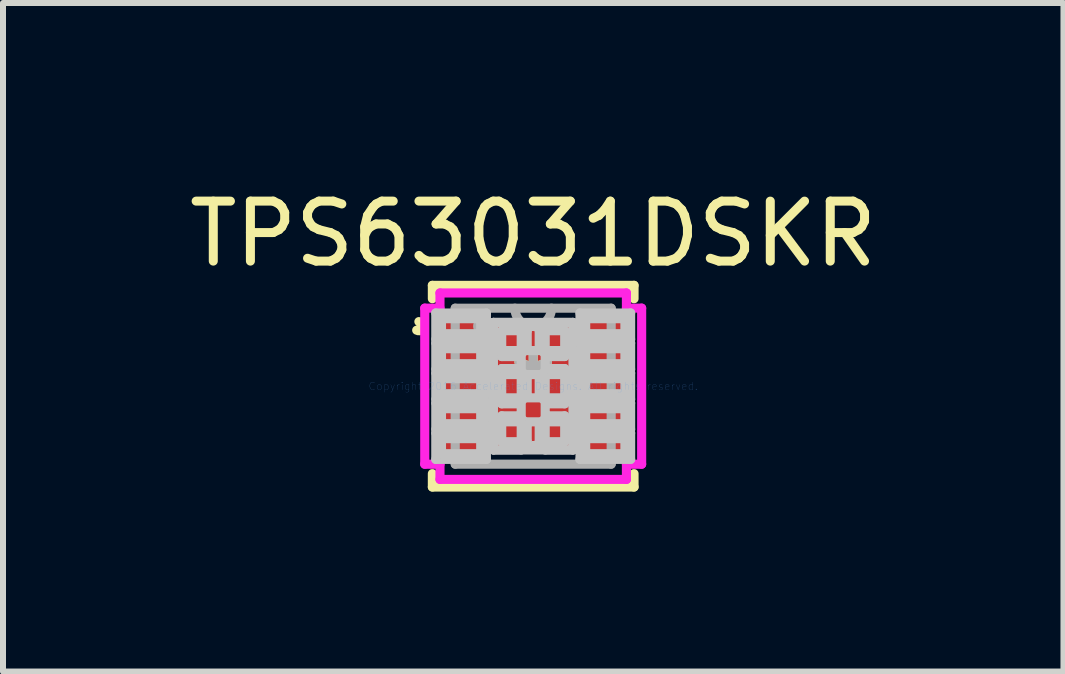
<source format=kicad_pcb>
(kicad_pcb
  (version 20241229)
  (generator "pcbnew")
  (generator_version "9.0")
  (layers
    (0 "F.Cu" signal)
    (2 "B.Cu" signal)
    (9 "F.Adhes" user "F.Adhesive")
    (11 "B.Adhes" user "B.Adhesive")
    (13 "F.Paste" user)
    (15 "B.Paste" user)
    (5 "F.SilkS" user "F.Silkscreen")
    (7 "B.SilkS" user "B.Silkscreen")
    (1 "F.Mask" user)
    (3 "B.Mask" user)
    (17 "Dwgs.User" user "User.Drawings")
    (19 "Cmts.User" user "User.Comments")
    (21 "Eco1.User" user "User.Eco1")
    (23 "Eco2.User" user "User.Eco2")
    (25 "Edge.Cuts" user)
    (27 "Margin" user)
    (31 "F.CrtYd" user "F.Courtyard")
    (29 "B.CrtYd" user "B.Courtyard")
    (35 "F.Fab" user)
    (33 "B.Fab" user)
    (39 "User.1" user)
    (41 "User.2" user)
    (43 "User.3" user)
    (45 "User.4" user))
  (footprint "TPS63031DSKR"
    (layer "F.Cu")
    (at 5.839 3.388)
    (property "Reference" "TPS63031DSKR" (at 0 -2.54 0) (layer "F.SilkS") (effects (font (size 1 1) (thickness 0.15))))
    (attr through_hole)
    (fp_line (start -1.681 -1.681) (end -1.681 -1.458) (stroke (width 0.152) (type solid)) (layer "F.SilkS"))
    (fp_line (start -1.681 1.458) (end -1.681 1.681) (stroke (width 0.152) (type solid)) (layer "F.SilkS"))
    (fp_line (start -1.681 1.681) (end 1.681 1.681) (stroke (width 0.152) (type solid)) (layer "F.SilkS"))
    (fp_line (start 1.681 -1.681) (end -1.681 -1.681) (stroke (width 0.152) (type solid)) (layer "F.SilkS"))
    (fp_line (start 1.681 -1.458) (end 1.681 -1.681) (stroke (width 0.152) (type solid)) (layer "F.SilkS"))
    (fp_line (start 1.681 1.681) (end 1.681 1.458) (stroke (width 0.152) (type solid)) (layer "F.SilkS"))
    (fp_arc (start -1.905572 -1.0762) (mid -1.831743 -0.98114) (end -1.942118 -0.933136) (stroke (width 0.1524) (type solid)) (layer "F.SilkS"))
    (fp_line (start -1.624 -1.22) (end -1.624 -0.78) (stroke (width 0.152) (type solid)) (layer "Dwgs.User"))
    (fp_line (start -1.624 -0.78) (end -0.78 -0.78) (stroke (width 0.152) (type solid)) (layer "Dwgs.User"))
    (fp_line (start -1.624 -0.72) (end -1.624 -0.28) (stroke (width 0.152) (type solid)) (layer "Dwgs.User"))
    (fp_line (start -1.624 -0.28) (end -0.78 -0.28) (stroke (width 0.152) (type solid)) (layer "Dwgs.User"))
    (fp_line (start -1.624 -0.22) (end -1.624 0.22) (stroke (width 0.152) (type solid)) (layer "Dwgs.User"))
    (fp_line (start -1.624 0.22) (end -0.78 0.22) (stroke (width 0.152) (type solid)) (layer "Dwgs.User"))
    (fp_line (start -1.624 0.28) (end -1.624 0.72) (stroke (width 0.152) (type solid)) (layer "Dwgs.User"))
    (fp_line (start -1.624 0.72) (end -0.78 0.72) (stroke (width 0.152) (type solid)) (layer "Dwgs.User"))
    (fp_line (start -1.624 0.78) (end -1.624 1.22) (stroke (width 0.152) (type solid)) (layer "Dwgs.User"))
    (fp_line (start -1.624 1.22) (end -0.78 1.22) (stroke (width 0.152) (type solid)) (layer "Dwgs.User"))
    (fp_line (start -1.529 -1.125) (end -1.529 -0.875) (stroke (width 0.152) (type solid)) (layer "Dwgs.User"))
    (fp_line (start -1.529 -0.875) (end -0.875 -0.875) (stroke (width 0.152) (type solid)) (layer "Dwgs.User"))
    (fp_line (start -1.529 -0.625) (end -1.529 -0.375) (stroke (width 0.152) (type solid)) (layer "Dwgs.User"))
    (fp_line (start -1.529 -0.375) (end -0.875 -0.375) (stroke (width 0.152) (type solid)) (layer "Dwgs.User"))
    (fp_line (start -1.529 -0.125) (end -1.529 0.125) (stroke (width 0.152) (type solid)) (layer "Dwgs.User"))
    (fp_line (start -1.529 0.125) (end -0.875 0.125) (stroke (width 0.152) (type solid)) (layer "Dwgs.User"))
    (fp_line (start -1.529 0.375) (end -1.529 0.625) (stroke (width 0.152) (type solid)) (layer "Dwgs.User"))
    (fp_line (start -1.529 0.625) (end -0.875 0.625) (stroke (width 0.152) (type solid)) (layer "Dwgs.User"))
    (fp_line (start -1.529 0.875) (end -1.529 1.125) (stroke (width 0.152) (type solid)) (layer "Dwgs.User"))
    (fp_line (start -1.529 1.125) (end -0.875 1.125) (stroke (width 0.152) (type solid)) (layer "Dwgs.User"))
    (fp_line (start -0.875 -1.125) (end -1.529 -1.125) (stroke (width 0.152) (type solid)) (layer "Dwgs.User"))
    (fp_line (start -0.875 -0.875) (end -0.875 -1.125) (stroke (width 0.152) (type solid)) (layer "Dwgs.User"))
    (fp_line (start -0.875 -0.625) (end -1.529 -0.625) (stroke (width 0.152) (type solid)) (layer "Dwgs.User"))
    (fp_line (start -0.875 -0.375) (end -0.875 -0.625) (stroke (width 0.152) (type solid)) (layer "Dwgs.User"))
    (fp_line (start -0.875 -0.125) (end -1.529 -0.125) (stroke (width 0.152) (type solid)) (layer "Dwgs.User"))
    (fp_line (start -0.875 0.125) (end -0.875 -0.125) (stroke (width 0.152) (type solid)) (layer "Dwgs.User"))
    (fp_line (start -0.875 0.375) (end -1.529 0.375) (stroke (width 0.152) (type solid)) (layer "Dwgs.User"))
    (fp_line (start -0.875 0.625) (end -0.875 0.375) (stroke (width 0.152) (type solid)) (layer "Dwgs.User"))
    (fp_line (start -0.875 0.875) (end -1.529 0.875) (stroke (width 0.152) (type solid)) (layer "Dwgs.User"))
    (fp_line (start -0.875 1.125) (end -0.875 0.875) (stroke (width 0.152) (type solid)) (layer "Dwgs.User"))
    (fp_line (start -0.78 -1.22) (end -1.624 -1.22) (stroke (width 0.152) (type solid)) (layer "Dwgs.User"))
    (fp_line (start -0.78 -0.78) (end -0.78 -1.22) (stroke (width 0.152) (type solid)) (layer "Dwgs.User"))
    (fp_line (start -0.78 -0.72) (end -1.624 -0.72) (stroke (width 0.152) (type solid)) (layer "Dwgs.User"))
    (fp_line (start -0.78 -0.28) (end -0.78 -0.72) (stroke (width 0.152) (type solid)) (layer "Dwgs.User"))
    (fp_line (start -0.78 -0.22) (end -1.624 -0.22) (stroke (width 0.152) (type solid)) (layer "Dwgs.User"))
    (fp_line (start -0.78 0.22) (end -0.78 -0.22) (stroke (width 0.152) (type solid)) (layer "Dwgs.User"))
    (fp_line (start -0.78 0.28) (end -1.624 0.28) (stroke (width 0.152) (type solid)) (layer "Dwgs.User"))
    (fp_line (start -0.78 0.72) (end -0.78 0.28) (stroke (width 0.152) (type solid)) (layer "Dwgs.User"))
    (fp_line (start -0.78 0.78) (end -1.624 0.78) (stroke (width 0.152) (type solid)) (layer "Dwgs.User"))
    (fp_line (start -0.78 1.22) (end -0.78 0.78) (stroke (width 0.152) (type solid)) (layer "Dwgs.User"))
    (fp_line (start -0.663 -1.063) (end -0.2 -1.063) (stroke (width 0.152) (type solid)) (layer "Dwgs.User"))
    (fp_line (start -0.663 -1.063) (end 0.663 -1.063) (stroke (width 0.152) (type solid)) (layer "Dwgs.User"))
    (fp_line (start -0.663 -0.594) (end -0.663 -1.063) (stroke (width 0.152) (type solid)) (layer "Dwgs.User"))
    (fp_line (start -0.663 -0.194) (end 0.663 -0.194) (stroke (width 0.152) (type solid)) (layer "Dwgs.User"))
    (fp_line (start -0.663 0.194) (end -0.663 -0.194) (stroke (width 0.152) (type solid)) (layer "Dwgs.User"))
    (fp_line (start -0.663 0.594) (end 0.663 0.594) (stroke (width 0.152) (type solid)) (layer "Dwgs.User"))
    (fp_line (start -0.663 1.063) (end -0.663 -1.063) (stroke (width 0.152) (type solid)) (layer "Dwgs.User"))
    (fp_line (start -0.663 1.063) (end -0.663 0.594) (stroke (width 0.152) (type solid)) (layer "Dwgs.User"))
    (fp_line (start -0.525 -0.925) (end -0.525 -0.494) (stroke (width 0.152) (type solid)) (layer "Dwgs.User"))
    (fp_line (start -0.525 -0.494) (end -0.241 -0.494) (stroke (width 0.152) (type solid)) (layer "Dwgs.User"))
    (fp_line (start -0.525 -0.294) (end -0.525 0.294) (stroke (width 0.152) (type solid)) (layer "Dwgs.User"))
    (fp_line (start -0.525 0.294) (end -0.241 0.294) (stroke (width 0.152) (type solid)) (layer "Dwgs.User"))
    (fp_line (start -0.525 0.494) (end -0.525 0.925) (stroke (width 0.152) (type solid)) (layer "Dwgs.User"))
    (fp_line (start -0.525 0.925) (end -0.1 0.925) (stroke (width 0.152) (type solid)) (layer "Dwgs.User"))
    (fp_line (start -0.241 -0.494) (end -0.241 -0.494) (stroke (width 0.152) (type solid)) (layer "Dwgs.User"))
    (fp_line (start -0.241 -0.494) (end -0.1 -0.635) (stroke (width 0.152) (type solid)) (layer "Dwgs.User"))
    (fp_line (start -0.241 -0.294) (end -0.525 -0.294) (stroke (width 0.152) (type solid)) (layer "Dwgs.User"))
    (fp_line (start -0.241 -0.294) (end -0.241 -0.294) (stroke (width 0.152) (type solid)) (layer "Dwgs.User"))
    (fp_line (start -0.241 0.294) (end -0.241 0.294) (stroke (width 0.152) (type solid)) (layer "Dwgs.User"))
    (fp_line (start -0.241 0.294) (end -0.1 0.152) (stroke (width 0.152) (type solid)) (layer "Dwgs.User"))
    (fp_line (start -0.241 0.494) (end -0.525 0.494) (stroke (width 0.152) (type solid)) (layer "Dwgs.User"))
    (fp_line (start -0.241 0.494) (end -0.241 0.494) (stroke (width 0.152) (type solid)) (layer "Dwgs.User"))
    (fp_line (start -0.2 -1.063) (end -0.2 1.063) (stroke (width 0.152) (type solid)) (layer "Dwgs.User"))
    (fp_line (start -0.2 1.063) (end -0.663 1.063) (stroke (width 0.152) (type solid)) (layer "Dwgs.User"))
    (fp_line (start -0.1 -0.925) (end -0.525 -0.925) (stroke (width 0.152) (type solid)) (layer "Dwgs.User"))
    (fp_line (start -0.1 -0.635) (end -0.1 -0.925) (stroke (width 0.152) (type solid)) (layer "Dwgs.User"))
    (fp_line (start -0.1 -0.635) (end -0.1 -0.635) (stroke (width 0.152) (type solid)) (layer "Dwgs.User"))
    (fp_line (start -0.1 -0.152) (end -0.241 -0.294) (stroke (width 0.152) (type solid)) (layer "Dwgs.User"))
    (fp_line (start -0.1 -0.152) (end -0.1 -0.152) (stroke (width 0.152) (type solid)) (layer "Dwgs.User"))
    (fp_line (start -0.1 0.152) (end -0.1 -0.152) (stroke (width 0.152) (type solid)) (layer "Dwgs.User"))
    (fp_line (start -0.1 0.152) (end -0.1 0.152) (stroke (width 0.152) (type solid)) (layer "Dwgs.User"))
    (fp_line (start -0.1 0.635) (end -0.241 0.494) (stroke (width 0.152) (type solid)) (layer "Dwgs.User"))
    (fp_line (start -0.1 0.635) (end -0.1 0.635) (stroke (width 0.152) (type solid)) (layer "Dwgs.User"))
    (fp_line (start -0.1 0.925) (end -0.1 0.635) (stroke (width 0.152) (type solid)) (layer "Dwgs.User"))
    (fp_line (start 0 -1) (end 0 -1) (stroke (width 0.152) (type solid)) (layer "Dwgs.User"))
    (fp_line (start 0 -1) (end 0 -1) (stroke (width 0.152) (type solid)) (layer "Dwgs.User"))
    (fp_line (start 0 -1) (end 0 -1) (stroke (width 0.152) (type solid)) (layer "Dwgs.User"))
    (fp_line (start 0 -1) (end 0 -1) (stroke (width 0.152) (type solid)) (layer "Dwgs.User"))
    (fp_line (start 0 -1) (end 0 -1) (stroke (width 0.152) (type solid)) (layer "Dwgs.User"))
    (fp_line (start 0 -1) (end 0 -1) (stroke (width 0.152) (type solid)) (layer "Dwgs.User"))
    (fp_line (start 0 -1) (end 0 -1) (stroke (width 0.152) (type solid)) (layer "Dwgs.User"))
    (fp_line (start 0 -1) (end 0 -1) (stroke (width 0.152) (type solid)) (layer "Dwgs.User"))
    (fp_line (start 0 -1) (end 0 -1) (stroke (width 0.152) (type solid)) (layer "Dwgs.User"))
    (fp_line (start 0 -1) (end 0 -1) (stroke (width 0.152) (type solid)) (layer "Dwgs.User"))
    (fp_line (start 0 -1) (end 0 -1) (stroke (width 0.152) (type solid)) (layer "Dwgs.User"))
    (fp_line (start 0 -1) (end 0 -1) (stroke (width 0.152) (type solid)) (layer "Dwgs.User"))
    (fp_line (start 0 -1) (end 0 -1) (stroke (width 0.152) (type solid)) (layer "Dwgs.User"))
    (fp_line (start 0 -1) (end 0 -1) (stroke (width 0.152) (type solid)) (layer "Dwgs.User"))
    (fp_line (start 0 -1) (end 0 -1) (stroke (width 0.152) (type solid)) (layer "Dwgs.User"))
    (fp_line (start 0 -1) (end 0 -1) (stroke (width 0.152) (type solid)) (layer "Dwgs.User"))
    (fp_line (start 0 1) (end 0 1) (stroke (width 0.152) (type solid)) (layer "Dwgs.User"))
    (fp_line (start 0 1) (end 0 1) (stroke (width 0.152) (type solid)) (layer "Dwgs.User"))
    (fp_line (start 0 1) (end 0 1) (stroke (width 0.152) (type solid)) (layer "Dwgs.User"))
    (fp_line (start 0 1) (end 0 1) (stroke (width 0.152) (type solid)) (layer "Dwgs.User"))
    (fp_line (start 0 1) (end 0 1) (stroke (width 0.152) (type solid)) (layer "Dwgs.User"))
    (fp_line (start 0 1) (end 0 1) (stroke (width 0.152) (type solid)) (layer "Dwgs.User"))
    (fp_line (start 0 1) (end 0 1) (stroke (width 0.152) (type solid)) (layer "Dwgs.User"))
    (fp_line (start 0 1) (end 0 1) (stroke (width 0.152) (type solid)) (layer "Dwgs.User"))
    (fp_line (start 0 1) (end 0 1) (stroke (width 0.152) (type solid)) (layer "Dwgs.User"))
    (fp_line (start 0 1) (end 0 1) (stroke (width 0.152) (type solid)) (layer "Dwgs.User"))
    (fp_line (start 0 1) (end 0 1) (stroke (width 0.152) (type solid)) (layer "Dwgs.User"))
    (fp_line (start 0 1) (end 0 1) (stroke (width 0.152) (type solid)) (layer "Dwgs.User"))
    (fp_line (start 0 1) (end 0 1) (stroke (width 0.152) (type solid)) (layer "Dwgs.User"))
    (fp_line (start 0 1) (end 0 1) (stroke (width 0.152) (type solid)) (layer "Dwgs.User"))
    (fp_line (start 0 1) (end 0 1) (stroke (width 0.152) (type solid)) (layer "Dwgs.User"))
    (fp_line (start 0 1) (end 0 1) (stroke (width 0.152) (type solid)) (layer "Dwgs.User"))
    (fp_line (start 0.1 -0.925) (end 0.1 -0.635) (stroke (width 0.152) (type solid)) (layer "Dwgs.User"))
    (fp_line (start 0.1 -0.635) (end 0.1 -0.635) (stroke (width 0.152) (type solid)) (layer "Dwgs.User"))
    (fp_line (start 0.1 -0.635) (end 0.241 -0.494) (stroke (width 0.152) (type solid)) (layer "Dwgs.User"))
    (fp_line (start 0.1 -0.152) (end 0.1 -0.152) (stroke (width 0.152) (type solid)) (layer "Dwgs.User"))
    (fp_line (start 0.1 -0.152) (end 0.1 0.152) (stroke (width 0.152) (type solid)) (layer "Dwgs.User"))
    (fp_line (start 0.1 0.152) (end 0.1 0.152) (stroke (width 0.152) (type solid)) (layer "Dwgs.User"))
    (fp_line (start 0.1 0.152) (end 0.241 0.294) (stroke (width 0.152) (type solid)) (layer "Dwgs.User"))
    (fp_line (start 0.1 0.635) (end 0.1 0.635) (stroke (width 0.152) (type solid)) (layer "Dwgs.User"))
    (fp_line (start 0.1 0.635) (end 0.1 0.925) (stroke (width 0.152) (type solid)) (layer "Dwgs.User"))
    (fp_line (start 0.1 0.925) (end 0.525 0.925) (stroke (width 0.152) (type solid)) (layer "Dwgs.User"))
    (fp_line (start 0.2 -1.063) (end 0.663 -1.063) (stroke (width 0.152) (type solid)) (layer "Dwgs.User"))
    (fp_line (start 0.2 1.063) (end 0.2 -1.063) (stroke (width 0.152) (type solid)) (layer "Dwgs.User"))
    (fp_line (start 0.241 -0.494) (end 0.241 -0.494) (stroke (width 0.152) (type solid)) (layer "Dwgs.User"))
    (fp_line (start 0.241 -0.494) (end 0.525 -0.494) (stroke (width 0.152) (type solid)) (layer "Dwgs.User"))
    (fp_line (start 0.241 -0.294) (end 0.1 -0.152) (stroke (width 0.152) (type solid)) (layer "Dwgs.User"))
    (fp_line (start 0.241 -0.294) (end 0.241 -0.294) (stroke (width 0.152) (type solid)) (layer "Dwgs.User"))
    (fp_line (start 0.241 0.294) (end 0.241 0.294) (stroke (width 0.152) (type solid)) (layer "Dwgs.User"))
    (fp_line (start 0.241 0.294) (end 0.525 0.294) (stroke (width 0.152) (type solid)) (layer "Dwgs.User"))
    (fp_line (start 0.241 0.494) (end 0.1 0.635) (stroke (width 0.152) (type solid)) (layer "Dwgs.User"))
    (fp_line (start 0.241 0.494) (end 0.241 0.494) (stroke (width 0.152) (type solid)) (layer "Dwgs.User"))
    (fp_line (start 0.525 -0.925) (end 0.1 -0.925) (stroke (width 0.152) (type solid)) (layer "Dwgs.User"))
    (fp_line (start 0.525 -0.494) (end 0.525 -0.925) (stroke (width 0.152) (type solid)) (layer "Dwgs.User"))
    (fp_line (start 0.525 -0.294) (end 0.241 -0.294) (stroke (width 0.152) (type solid)) (layer "Dwgs.User"))
    (fp_line (start 0.525 0.294) (end 0.525 -0.294) (stroke (width 0.152) (type solid)) (layer "Dwgs.User"))
    (fp_line (start 0.525 0.494) (end 0.241 0.494) (stroke (width 0.152) (type solid)) (layer "Dwgs.User"))
    (fp_line (start 0.525 0.925) (end 0.525 0.494) (stroke (width 0.152) (type solid)) (layer "Dwgs.User"))
    (fp_line (start 0.663 -1.063) (end 0.663 -0.594) (stroke (width 0.152) (type solid)) (layer "Dwgs.User"))
    (fp_line (start 0.663 -1.063) (end 0.663 1.063) (stroke (width 0.152) (type solid)) (layer "Dwgs.User"))
    (fp_line (start 0.663 -0.594) (end -0.663 -0.594) (stroke (width 0.152) (type solid)) (layer "Dwgs.User"))
    (fp_line (start 0.663 -0.194) (end 0.663 0.194) (stroke (width 0.152) (type solid)) (layer "Dwgs.User"))
    (fp_line (start 0.663 0.194) (end -0.663 0.194) (stroke (width 0.152) (type solid)) (layer "Dwgs.User"))
    (fp_line (start 0.663 0.594) (end 0.663 1.063) (stroke (width 0.152) (type solid)) (layer "Dwgs.User"))
    (fp_line (start 0.663 1.063) (end -0.663 1.063) (stroke (width 0.152) (type solid)) (layer "Dwgs.User"))
    (fp_line (start 0.663 1.063) (end 0.2 1.063) (stroke (width 0.152) (type solid)) (layer "Dwgs.User"))
    (fp_line (start 0.78 -1.22) (end 0.78 -0.78) (stroke (width 0.152) (type solid)) (layer "Dwgs.User"))
    (fp_line (start 0.78 -0.78) (end 1.624 -0.78) (stroke (width 0.152) (type solid)) (layer "Dwgs.User"))
    (fp_line (start 0.78 -0.72) (end 0.78 -0.28) (stroke (width 0.152) (type solid)) (layer "Dwgs.User"))
    (fp_line (start 0.78 -0.28) (end 1.624 -0.28) (stroke (width 0.152) (type solid)) (layer "Dwgs.User"))
    (fp_line (start 0.78 -0.22) (end 0.78 0.22) (stroke (width 0.152) (type solid)) (layer "Dwgs.User"))
    (fp_line (start 0.78 0.22) (end 1.624 0.22) (stroke (width 0.152) (type solid)) (layer "Dwgs.User"))
    (fp_line (start 0.78 0.28) (end 0.78 0.72) (stroke (width 0.152) (type solid)) (layer "Dwgs.User"))
    (fp_line (start 0.78 0.72) (end 1.624 0.72) (stroke (width 0.152) (type solid)) (layer "Dwgs.User"))
    (fp_line (start 0.78 0.78) (end 0.78 1.22) (stroke (width 0.152) (type solid)) (layer "Dwgs.User"))
    (fp_line (start 0.78 1.22) (end 1.624 1.22) (stroke (width 0.152) (type solid)) (layer "Dwgs.User"))
    (fp_line (start 0.875 -1.125) (end 0.875 -0.875) (stroke (width 0.152) (type solid)) (layer "Dwgs.User"))
    (fp_line (start 0.875 -0.875) (end 1.529 -0.875) (stroke (width 0.152) (type solid)) (layer "Dwgs.User"))
    (fp_line (start 0.875 -0.625) (end 0.875 -0.375) (stroke (width 0.152) (type solid)) (layer "Dwgs.User"))
    (fp_line (start 0.875 -0.375) (end 1.529 -0.375) (stroke (width 0.152) (type solid)) (layer "Dwgs.User"))
    (fp_line (start 0.875 -0.125) (end 0.875 0.125) (stroke (width 0.152) (type solid)) (layer "Dwgs.User"))
    (fp_line (start 0.875 0.125) (end 1.529 0.125) (stroke (width 0.152) (type solid)) (layer "Dwgs.User"))
    (fp_line (start 0.875 0.375) (end 0.875 0.625) (stroke (width 0.152) (type solid)) (layer "Dwgs.User"))
    (fp_line (start 0.875 0.625) (end 1.529 0.625) (stroke (width 0.152) (type solid)) (layer "Dwgs.User"))
    (fp_line (start 0.875 0.875) (end 0.875 1.125) (stroke (width 0.152) (type solid)) (layer "Dwgs.User"))
    (fp_line (start 0.875 1.125) (end 1.529 1.125) (stroke (width 0.152) (type solid)) (layer "Dwgs.User"))
    (fp_line (start 1.529 -1.125) (end 0.875 -1.125) (stroke (width 0.152) (type solid)) (layer "Dwgs.User"))
    (fp_line (start 1.529 -0.875) (end 1.529 -1.125) (stroke (width 0.152) (type solid)) (layer "Dwgs.User"))
    (fp_line (start 1.529 -0.625) (end 0.875 -0.625) (stroke (width 0.152) (type solid)) (layer "Dwgs.User"))
    (fp_line (start 1.529 -0.375) (end 1.529 -0.625) (stroke (width 0.152) (type solid)) (layer "Dwgs.User"))
    (fp_line (start 1.529 -0.125) (end 0.875 -0.125) (stroke (width 0.152) (type solid)) (layer "Dwgs.User"))
    (fp_line (start 1.529 0.125) (end 1.529 -0.125) (stroke (width 0.152) (type solid)) (layer "Dwgs.User"))
    (fp_line (start 1.529 0.375) (end 0.875 0.375) (stroke (width 0.152) (type solid)) (layer "Dwgs.User"))
    (fp_line (start 1.529 0.625) (end 1.529 0.375) (stroke (width 0.152) (type solid)) (layer "Dwgs.User"))
    (fp_line (start 1.529 0.875) (end 0.875 0.875) (stroke (width 0.152) (type solid)) (layer "Dwgs.User"))
    (fp_line (start 1.529 1.125) (end 1.529 0.875) (stroke (width 0.152) (type solid)) (layer "Dwgs.User"))
    (fp_line (start 1.624 -1.22) (end 0.78 -1.22) (stroke (width 0.152) (type solid)) (layer "Dwgs.User"))
    (fp_line (start 1.624 -0.78) (end 1.624 -1.22) (stroke (width 0.152) (type solid)) (layer "Dwgs.User"))
    (fp_line (start 1.624 -0.72) (end 0.78 -0.72) (stroke (width 0.152) (type solid)) (layer "Dwgs.User"))
    (fp_line (start 1.624 -0.28) (end 1.624 -0.72) (stroke (width 0.152) (type solid)) (layer "Dwgs.User"))
    (fp_line (start 1.624 -0.22) (end 0.78 -0.22) (stroke (width 0.152) (type solid)) (layer "Dwgs.User"))
    (fp_line (start 1.624 0.22) (end 1.624 -0.22) (stroke (width 0.152) (type solid)) (layer "Dwgs.User"))
    (fp_line (start 1.624 0.28) (end 0.78 0.28) (stroke (width 0.152) (type solid)) (layer "Dwgs.User"))
    (fp_line (start 1.624 0.72) (end 1.624 0.28) (stroke (width 0.152) (type solid)) (layer "Dwgs.User"))
    (fp_line (start 1.624 0.78) (end 0.78 0.78) (stroke (width 0.152) (type solid)) (layer "Dwgs.User"))
    (fp_line (start 1.624 1.22) (end 1.624 0.78) (stroke (width 0.152) (type solid)) (layer "Dwgs.User"))
    (fp_circle (center 0 -0.394) (end 0.191 -0.394) (stroke (width 0.152) (type solid)) (fill no) (layer "Eco1.User"))
    (fp_circle (center 0 0.394) (end 0.191 0.394) (stroke (width 0.152) (type solid)) (fill no) (layer "Eco1.User"))
    (fp_line (start -1.808 -1.301) (end -1.554 -1.301) (stroke (width 0.152) (type solid)) (layer "F.CrtYd"))
    (fp_line (start -1.808 1.301) (end -1.808 -1.301) (stroke (width 0.152) (type solid)) (layer "F.CrtYd"))
    (fp_line (start -1.554 -1.554) (end 1.554 -1.554) (stroke (width 0.152) (type solid)) (layer "F.CrtYd"))
    (fp_line (start -1.554 -1.301) (end -1.554 -1.554) (stroke (width 0.152) (type solid)) (layer "F.CrtYd"))
    (fp_line (start -1.554 1.301) (end -1.808 1.301) (stroke (width 0.152) (type solid)) (layer "F.CrtYd"))
    (fp_line (start -1.554 1.554) (end -1.554 1.301) (stroke (width 0.152) (type solid)) (layer "F.CrtYd"))
    (fp_line (start 1.554 -1.554) (end 1.554 -1.301) (stroke (width 0.152) (type solid)) (layer "F.CrtYd"))
    (fp_line (start 1.554 -1.301) (end 1.808 -1.301) (stroke (width 0.152) (type solid)) (layer "F.CrtYd"))
    (fp_line (start 1.554 1.301) (end 1.554 1.554) (stroke (width 0.152) (type solid)) (layer "F.CrtYd"))
    (fp_line (start 1.554 1.554) (end -1.554 1.554) (stroke (width 0.152) (type solid)) (layer "F.CrtYd"))
    (fp_line (start 1.808 -1.301) (end 1.808 1.301) (stroke (width 0.152) (type solid)) (layer "F.CrtYd"))
    (fp_line (start 1.808 1.301) (end 1.554 1.301) (stroke (width 0.152) (type solid)) (layer "F.CrtYd"))
    (fp_line (start -1.3 -1.3) (end -1.3 1.3) (stroke (width 0.152) (type solid)) (layer "F.Fab"))
    (fp_line (start -1.3 1.3) (end 1.3 1.3) (stroke (width 0.152) (type solid)) (layer "F.Fab"))
    (fp_line (start 1.3 -1.3) (end -1.3 -1.3) (stroke (width 0.152) (type solid)) (layer "F.Fab"))
    (fp_line (start 1.3 1.3) (end 1.3 -1.3) (stroke (width 0.152) (type solid)) (layer "F.Fab"))
    (fp_arc (start 0.3048 -1.3) (mid 0 -0.9952) (end -0.3048 -1.3) (stroke (width 0.1524) (type solid)) (layer "F.Fab"))
    (fp_circle (center -0.85 -1) (end -0.774 -1) (stroke (width 0.152) (type solid)) (fill no) (layer "F.Fab"))
    (fp_text user "*" (at 0 0 0) (layer "F.SilkS") (effects (font (size 1 1) (thickness 0.15))))
    (fp_text user "Copyright 2016 Accelerated Designs. All rights reserved." (at 0 0 0) (layer "Cmts.User") (effects (font (size 0.127 0.127) (thickness 0.002))))
    (fp_text user "*" (at 0 0 0) (layer "F.Fab") (effects (font (size 1 1) (thickness 0.15))))
    (pad "1" smd rect (at -1.202 -1) (size 0.704 0.3) (layers "F.Cu" "F.Mask" "F.Paste"))
    (pad "2" smd rect (at -1.202 -0.5) (size 0.704 0.3) (layers "F.Cu" "F.Mask" "F.Paste"))
    (pad "3" smd rect (at -1.202 0) (size 0.704 0.3) (layers "F.Cu" "F.Mask" "F.Paste"))
    (pad "4" smd rect (at -1.202 0.5) (size 0.704 0.3) (layers "F.Cu" "F.Mask" "F.Paste"))
    (pad "5" smd rect (at -1.202 1) (size 0.704 0.3) (layers "F.Cu" "F.Mask" "F.Paste"))
    (pad "6" smd rect (at 1.202 1) (size 0.704 0.3) (layers "F.Cu" "F.Mask" "F.Paste"))
    (pad "7" smd rect (at 1.202 0.5) (size 0.704 0.3) (layers "F.Cu" "F.Mask" "F.Paste"))
    (pad "8" smd rect (at 1.202 0) (size 0.704 0.3) (layers "F.Cu" "F.Mask" "F.Paste"))
    (pad "9" smd rect (at 1.202 -0.5) (size 0.704 0.3) (layers "F.Cu" "F.Mask" "F.Paste"))
    (pad "10" smd rect (at 1.202 -1) (size 0.704 0.3) (layers "F.Cu" "F.Mask" "F.Paste"))
    (pad "11" smd rect (at 0 0) (size 1.2 2) (layers "F.Cu" "F.Mask" "F.Paste")))
  (gr_rect
    (start -3 -3)
    (end 14.679 8.145)
    (stroke (width 0.1) (type default))
    (fill no)
    (layer "Edge.Cuts")))
</source>
